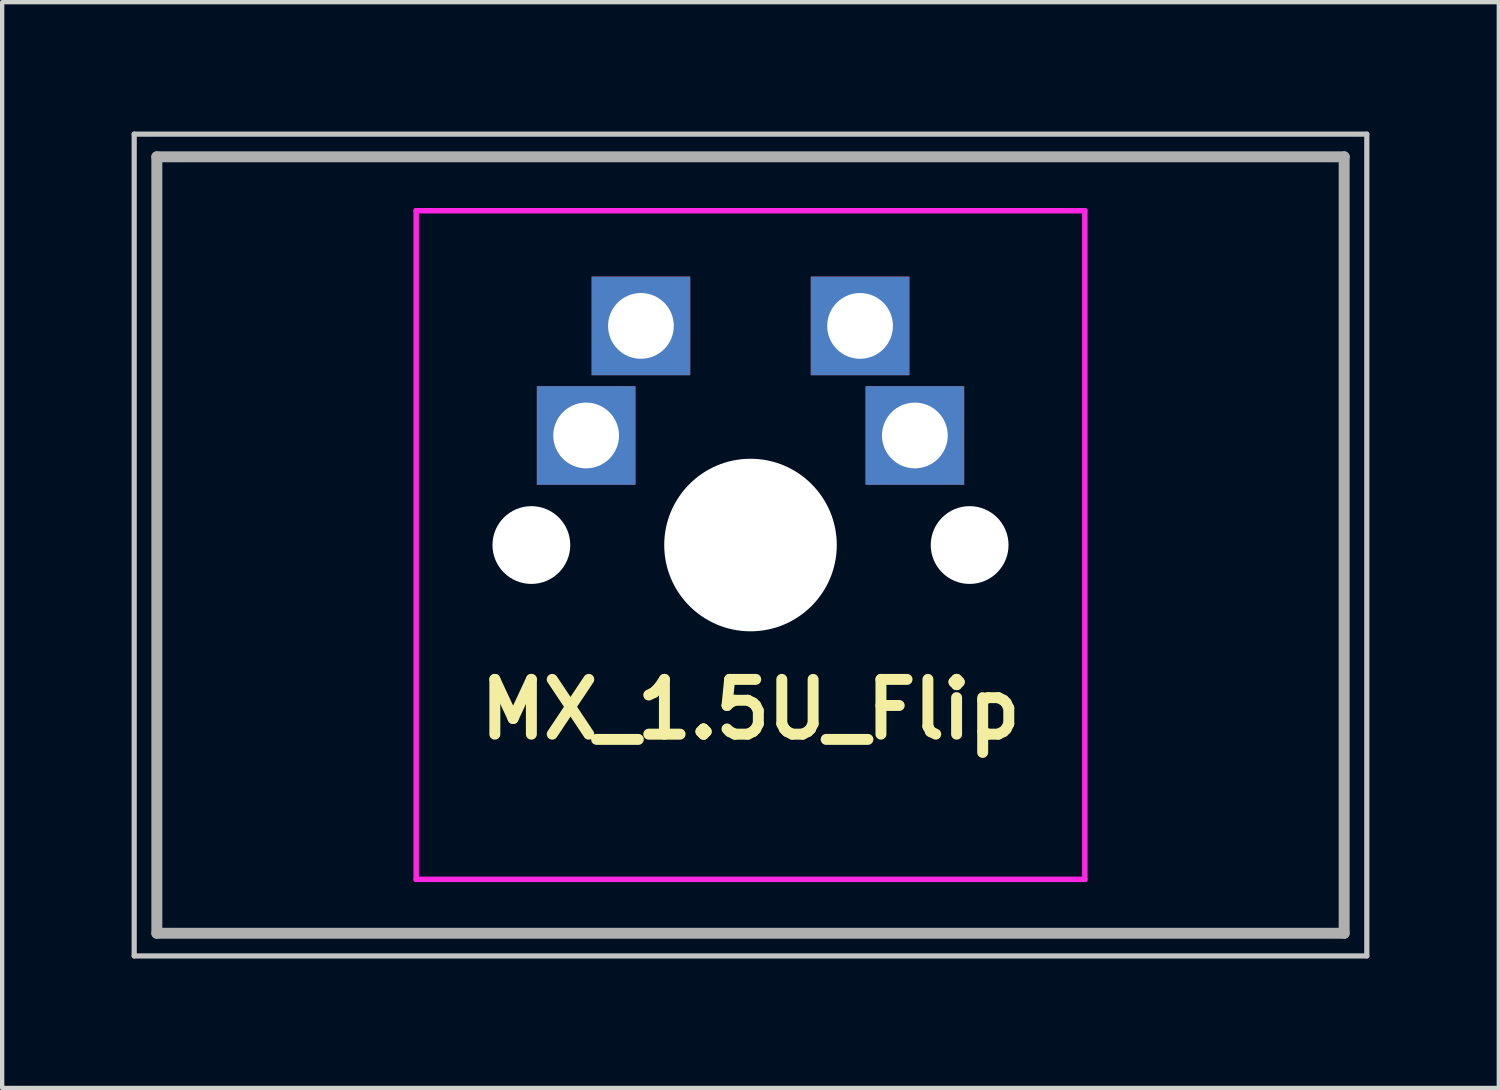
<source format=kicad_pcb>
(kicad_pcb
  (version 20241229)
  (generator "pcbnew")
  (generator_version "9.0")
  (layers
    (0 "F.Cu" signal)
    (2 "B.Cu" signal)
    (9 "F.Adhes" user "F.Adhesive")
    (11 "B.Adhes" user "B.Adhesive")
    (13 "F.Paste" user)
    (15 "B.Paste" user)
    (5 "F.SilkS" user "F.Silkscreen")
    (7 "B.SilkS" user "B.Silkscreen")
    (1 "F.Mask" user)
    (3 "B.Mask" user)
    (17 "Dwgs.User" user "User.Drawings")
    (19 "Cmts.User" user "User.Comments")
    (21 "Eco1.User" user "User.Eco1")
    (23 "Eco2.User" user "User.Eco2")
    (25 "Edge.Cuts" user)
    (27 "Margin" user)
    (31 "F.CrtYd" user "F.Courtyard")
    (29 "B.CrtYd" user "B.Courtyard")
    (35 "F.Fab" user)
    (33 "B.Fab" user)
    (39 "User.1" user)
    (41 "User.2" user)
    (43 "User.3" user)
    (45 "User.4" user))
  (footprint "MX_1.5U_Flip"
    (layer "F.Cu")
    (at 14.348 9.585)
    (property "Reference" "MX_1.5U_Flip" (at 0 3.81 180) (layer "F.SilkS") (effects (font (size 1.27 1.27) (thickness 0.254))))
    (attr through_hole)
    (fp_line (start -14.287 -9.525) (end -14.287 9.525) (stroke (width 0.12) (type solid)) (layer "Dwgs.User"))
    (fp_line (start -14.287 -9.525) (end 14.287 -9.525) (stroke (width 0.12) (type solid)) (layer "Dwgs.User"))
    (fp_line (start -14.287 9.525) (end 14.287 9.525) (stroke (width 0.12) (type solid)) (layer "Dwgs.User"))
    (fp_line (start 14.287 -9.525) (end 14.287 9.525) (stroke (width 0.12) (type solid)) (layer "Dwgs.User"))
    (fp_line (start -7 6.746) (end -7 -6.746) (stroke (width 0.025) (type solid)) (layer "Eco1.User"))
    (fp_line (start -6.746 -7) (end 6.746 -7) (stroke (width 0.025) (type solid)) (layer "Eco1.User"))
    (fp_line (start 6.746 7) (end -6.746 7) (stroke (width 0.025) (type solid)) (layer "Eco1.User"))
    (fp_line (start 7 -6.746) (end 7 6.746) (stroke (width 0.025) (type solid)) (layer "Eco1.User"))
    (fp_arc (start -7 -6.746) (mid -6.925605 -6.925605) (end -6.746 -7) (stroke (width 0.0254) (type solid)) (layer "Eco1.User"))
    (fp_arc (start -6.746 7) (mid -6.925605 6.925605) (end -7 6.746) (stroke (width 0.0254) (type solid)) (layer "Eco1.User"))
    (fp_arc (start 6.746 -7) (mid 6.925605 -6.925605) (end 7 -6.746) (stroke (width 0.0254) (type solid)) (layer "Eco1.User"))
    (fp_arc (start 7 6.746) (mid 6.925605 6.925605) (end 6.746 7) (stroke (width 0.0254) (type solid)) (layer "Eco1.User"))
    (fp_line (start -7.75 -7.75) (end 7.75 -7.75) (stroke (width 0.127) (type solid)) (layer "F.CrtYd"))
    (fp_line (start -7.75 7.75) (end -7.75 -7.75) (stroke (width 0.127) (type solid)) (layer "F.CrtYd"))
    (fp_line (start 7.75 -7.75) (end 7.75 7.75) (stroke (width 0.127) (type solid)) (layer "F.CrtYd"))
    (fp_line (start 7.75 7.75) (end -7.75 7.75) (stroke (width 0.127) (type solid)) (layer "F.CrtYd"))
    (fp_line (start -13.762 -9) (end 13.762 -9) (stroke (width 0.254) (type solid)) (layer "F.Fab"))
    (fp_line (start -13.762 9) (end -13.762 -9) (stroke (width 0.254) (type solid)) (layer "F.Fab"))
    (fp_line (start 13.762 -9) (end 13.762 9) (stroke (width 0.254) (type solid)) (layer "F.Fab"))
    (fp_line (start 13.762 9) (end -13.762 9) (stroke (width 0.254) (type solid)) (layer "F.Fab"))
    (pad "" np_thru_hole circle (at -5.08 0 180) (size 1.803 1.803) (drill 1.803) (layers "*.Cu" "*.Mask"))
    (pad "" np_thru_hole circle (at 0 0 180) (size 4 4) (drill 4) (layers "*.Cu" "*.Mask"))
    (pad "" np_thru_hole circle (at 5.08 0 180) (size 1.803 1.803) (drill 1.803) (layers "*.Cu" "*.Mask"))
    (pad "1" thru_hole rect (at -3.81 -2.54 180) (size 2.286 2.286) (drill 1.524) (layers "*.Cu" "*.Mask"))
    (pad "1" thru_hole rect (at -2.54 -5.08 180) (size 2.286 2.286) (drill 1.524) (layers "*.Cu" "*.Mask"))
    (pad "2" thru_hole rect (at 2.54 -5.08) (size 2.286 2.286) (drill 1.524) (layers "*.Cu" "*.Mask"))
    (pad "2" thru_hole rect (at 3.81 -2.54) (size 2.286 2.286) (drill 1.524) (layers "*.Cu" "*.Mask")))
  (gr_rect
    (start -3 -3)
    (end 31.695 22.17)
    (stroke (width 0.1) (type default))
    (fill no)
    (layer "Edge.Cuts")))
</source>
